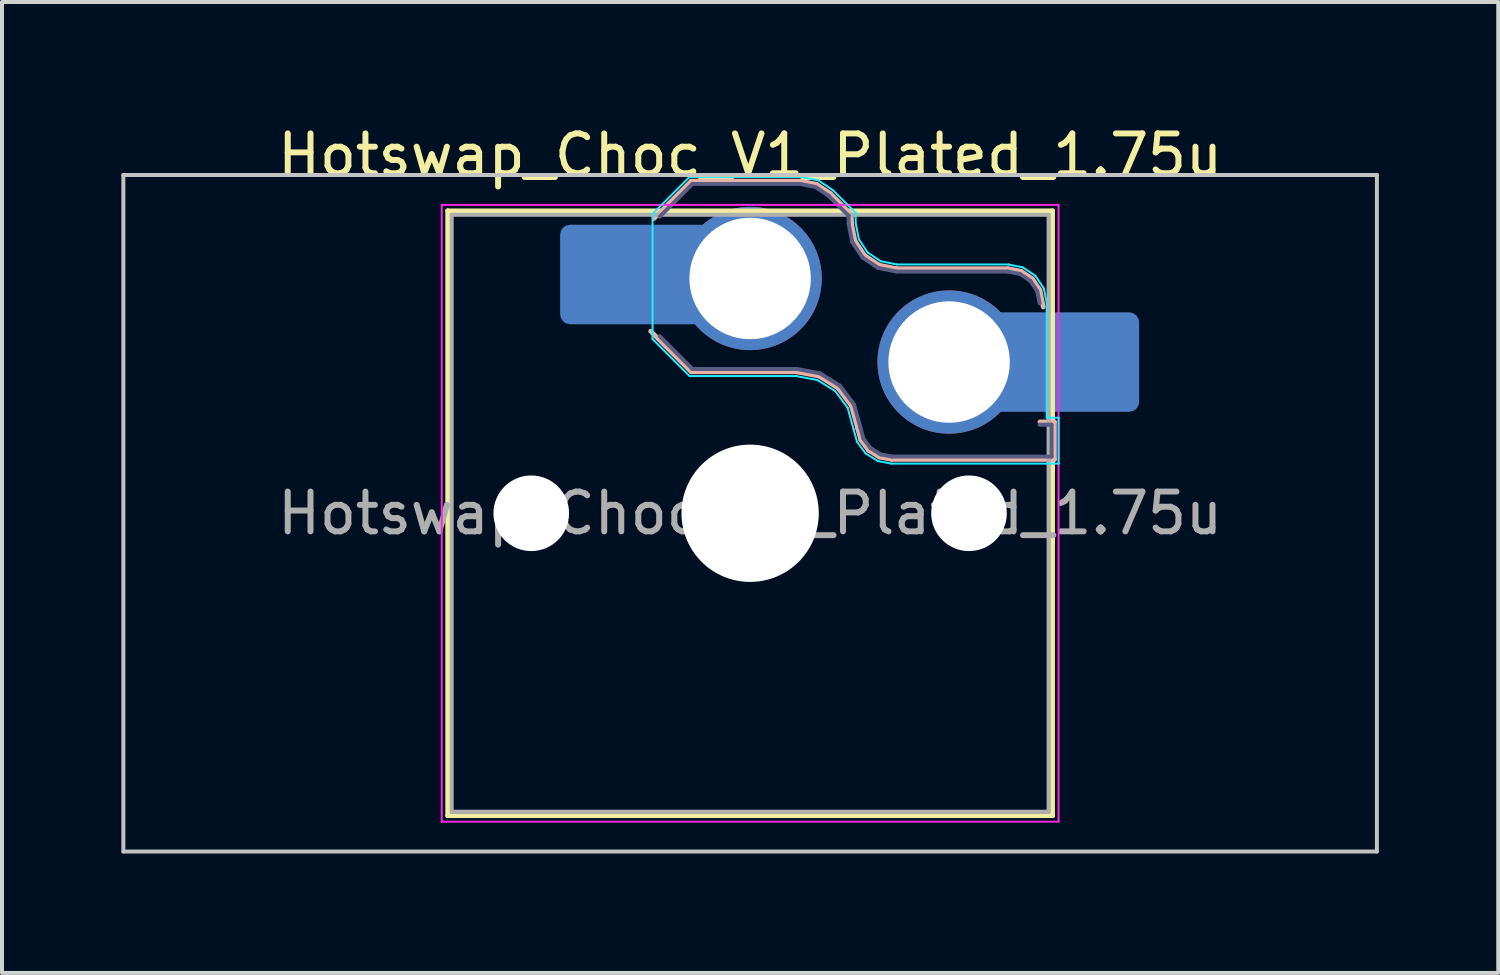
<source format=kicad_pcb>
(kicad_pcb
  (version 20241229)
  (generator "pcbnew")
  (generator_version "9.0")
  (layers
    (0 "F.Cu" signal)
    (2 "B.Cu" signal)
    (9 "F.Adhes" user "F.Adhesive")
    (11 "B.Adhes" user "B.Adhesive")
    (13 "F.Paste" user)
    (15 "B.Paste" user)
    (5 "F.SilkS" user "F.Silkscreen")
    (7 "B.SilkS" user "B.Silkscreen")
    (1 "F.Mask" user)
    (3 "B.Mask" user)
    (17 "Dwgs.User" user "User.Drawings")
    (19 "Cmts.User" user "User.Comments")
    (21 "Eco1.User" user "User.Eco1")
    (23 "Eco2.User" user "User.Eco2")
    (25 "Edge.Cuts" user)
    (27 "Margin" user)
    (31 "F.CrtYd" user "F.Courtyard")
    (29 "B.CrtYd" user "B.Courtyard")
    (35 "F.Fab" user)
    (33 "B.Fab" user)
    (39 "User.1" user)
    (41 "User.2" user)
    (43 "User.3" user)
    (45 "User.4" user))
  (footprint "Hotswap_Choc_V1_Plated_1.75u"
    (layer "F.Cu")
    (at 15.8 9.848)
    (property "Reference" "Hotswap_Choc_V1_Plated_1.75u" (at 0 -9 0) (layer "F.SilkS") (effects (font (size 1 1) (thickness 0.15))))
    (attr smd)
    (fp_line (start -7.6 -7.6) (end -7.6 7.6) (stroke (width 0.12) (type solid)) (layer "F.SilkS"))
    (fp_line (start -7.6 7.6) (end 7.6 7.6) (stroke (width 0.12) (type solid)) (layer "F.SilkS"))
    (fp_line (start 7.6 -7.6) (end -7.6 -7.6) (stroke (width 0.12) (type solid)) (layer "F.SilkS"))
    (fp_line (start 7.6 7.6) (end 7.6 -7.6) (stroke (width 0.12) (type solid)) (layer "F.SilkS"))
    (fp_line (start -2.416 -7.409) (end -1.479 -8.346) (stroke (width 0.12) (type solid)) (layer "B.SilkS"))
    (fp_line (start -1.479 -8.346) (end 1.268 -8.346) (stroke (width 0.12) (type solid)) (layer "B.SilkS"))
    (fp_line (start -1.479 -3.554) (end -2.5 -4.575) (stroke (width 0.12) (type solid)) (layer "B.SilkS"))
    (fp_line (start 1.168 -3.554) (end -1.479 -3.554) (stroke (width 0.12) (type solid)) (layer "B.SilkS"))
    (fp_line (start 1.268 -8.346) (end 1.671 -8.266) (stroke (width 0.12) (type solid)) (layer "B.SilkS"))
    (fp_line (start 1.671 -8.266) (end 2.013 -8.037) (stroke (width 0.12) (type solid)) (layer "B.SilkS"))
    (fp_line (start 1.73 -3.449) (end 1.168 -3.554) (stroke (width 0.12) (type solid)) (layer "B.SilkS"))
    (fp_line (start 2.013 -8.037) (end 2.546 -7.504) (stroke (width 0.12) (type solid)) (layer "B.SilkS"))
    (fp_line (start 2.209 -3.15) (end 1.73 -3.449) (stroke (width 0.12) (type solid)) (layer "B.SilkS"))
    (fp_line (start 2.546 -7.504) (end 2.546 -7.282) (stroke (width 0.12) (type solid)) (layer "B.SilkS"))
    (fp_line (start 2.546 -7.282) (end 2.633 -6.844) (stroke (width 0.12) (type solid)) (layer "B.SilkS"))
    (fp_line (start 2.547 -2.697) (end 2.209 -3.15) (stroke (width 0.12) (type solid)) (layer "B.SilkS"))
    (fp_line (start 2.633 -6.844) (end 2.877 -6.477) (stroke (width 0.12) (type solid)) (layer "B.SilkS"))
    (fp_line (start 2.701 -2.139) (end 2.547 -2.697) (stroke (width 0.12) (type solid)) (layer "B.SilkS"))
    (fp_line (start 2.783 -1.841) (end 2.701 -2.139) (stroke (width 0.12) (type solid)) (layer "B.SilkS"))
    (fp_line (start 2.877 -6.477) (end 3.244 -6.233) (stroke (width 0.12) (type solid)) (layer "B.SilkS"))
    (fp_line (start 2.976 -1.583) (end 2.783 -1.841) (stroke (width 0.12) (type solid)) (layer "B.SilkS"))
    (fp_line (start 3.244 -6.233) (end 3.682 -6.146) (stroke (width 0.12) (type solid)) (layer "B.SilkS"))
    (fp_line (start 3.25 -1.413) (end 2.976 -1.583) (stroke (width 0.12) (type solid)) (layer "B.SilkS"))
    (fp_line (start 3.56 -1.354) (end 3.25 -1.413) (stroke (width 0.12) (type solid)) (layer "B.SilkS"))
    (fp_line (start 3.682 -6.146) (end 6.482 -6.146) (stroke (width 0.12) (type solid)) (layer "B.SilkS"))
    (fp_line (start 6.482 -6.146) (end 6.809 -6.081) (stroke (width 0.12) (type solid)) (layer "B.SilkS"))
    (fp_line (start 6.809 -6.081) (end 7.092 -5.892) (stroke (width 0.12) (type solid)) (layer "B.SilkS"))
    (fp_line (start 7.092 -5.892) (end 7.281 -5.609) (stroke (width 0.12) (type solid)) (layer "B.SilkS"))
    (fp_line (start 7.281 -5.609) (end 7.366 -5.182) (stroke (width 0.12) (type solid)) (layer "B.SilkS"))
    (fp_line (start 7.283 -2.296) (end 7.646 -2.296) (stroke (width 0.12) (type solid)) (layer "B.SilkS"))
    (fp_line (start 7.646 -2.296) (end 7.646 -1.354) (stroke (width 0.12) (type solid)) (layer "B.SilkS"))
    (fp_line (start 7.646 -1.354) (end 3.56 -1.354) (stroke (width 0.12) (type solid)) (layer "B.SilkS"))
    (fp_line (start -15.75 -8.5) (end -15.75 8.5) (stroke (width 0.1) (type solid)) (layer "Dwgs.User"))
    (fp_line (start -15.75 8.5) (end 15.75 8.5) (stroke (width 0.1) (type solid)) (layer "Dwgs.User"))
    (fp_line (start 15.75 -8.5) (end -15.75 -8.5) (stroke (width 0.1) (type solid)) (layer "Dwgs.User"))
    (fp_line (start 15.75 8.5) (end 15.75 -8.5) (stroke (width 0.1) (type solid)) (layer "Dwgs.User"))
    (fp_line (start -7.25 -7.25) (end -7.25 7.25) (stroke (width 0.1) (type solid)) (layer "Eco1.User"))
    (fp_line (start -7.25 7.25) (end 7.25 7.25) (stroke (width 0.1) (type solid)) (layer "Eco1.User"))
    (fp_line (start 7.25 -7.25) (end -7.25 -7.25) (stroke (width 0.1) (type solid)) (layer "Eco1.User"))
    (fp_line (start 7.25 7.25) (end 7.25 -7.25) (stroke (width 0.1) (type solid)) (layer "Eco1.User"))
    (fp_line (start -2.452 -7.523) (end -1.523 -8.452) (stroke (width 0.05) (type solid)) (layer "B.CrtYd"))
    (fp_line (start -2.452 -4.377) (end -2.452 -7.523) (stroke (width 0.05) (type solid)) (layer "B.CrtYd"))
    (fp_line (start -1.523 -8.452) (end 1.278 -8.452) (stroke (width 0.05) (type solid)) (layer "B.CrtYd"))
    (fp_line (start -1.523 -3.448) (end -2.452 -4.377) (stroke (width 0.05) (type solid)) (layer "B.CrtYd"))
    (fp_line (start 1.159 -3.448) (end -1.523 -3.448) (stroke (width 0.05) (type solid)) (layer "B.CrtYd"))
    (fp_line (start 1.278 -8.452) (end 1.712 -8.366) (stroke (width 0.05) (type solid)) (layer "B.CrtYd"))
    (fp_line (start 1.691 -3.348) (end 1.159 -3.448) (stroke (width 0.05) (type solid)) (layer "B.CrtYd"))
    (fp_line (start 1.712 -8.366) (end 2.081 -8.119) (stroke (width 0.05) (type solid)) (layer "B.CrtYd"))
    (fp_line (start 2.081 -8.119) (end 2.652 -7.548) (stroke (width 0.05) (type solid)) (layer "B.CrtYd"))
    (fp_line (start 2.136 -3.071) (end 1.691 -3.348) (stroke (width 0.05) (type solid)) (layer "B.CrtYd"))
    (fp_line (start 2.45 -2.65) (end 2.136 -3.071) (stroke (width 0.05) (type solid)) (layer "B.CrtYd"))
    (fp_line (start 2.599 -2.111) (end 2.45 -2.65) (stroke (width 0.05) (type solid)) (layer "B.CrtYd"))
    (fp_line (start 2.652 -7.548) (end 2.652 -7.292) (stroke (width 0.05) (type solid)) (layer "B.CrtYd"))
    (fp_line (start 2.652 -7.292) (end 2.733 -6.885) (stroke (width 0.05) (type solid)) (layer "B.CrtYd"))
    (fp_line (start 2.687 -1.794) (end 2.599 -2.111) (stroke (width 0.05) (type solid)) (layer "B.CrtYd"))
    (fp_line (start 2.733 -6.885) (end 2.953 -6.553) (stroke (width 0.05) (type solid)) (layer "B.CrtYd"))
    (fp_line (start 2.903 -1.503) (end 2.687 -1.794) (stroke (width 0.05) (type solid)) (layer "B.CrtYd"))
    (fp_line (start 2.953 -6.553) (end 3.285 -6.333) (stroke (width 0.05) (type solid)) (layer "B.CrtYd"))
    (fp_line (start 3.211 -1.312) (end 2.903 -1.503) (stroke (width 0.05) (type solid)) (layer "B.CrtYd"))
    (fp_line (start 3.285 -6.333) (end 3.692 -6.252) (stroke (width 0.05) (type solid)) (layer "B.CrtYd"))
    (fp_line (start 3.55 -1.248) (end 3.211 -1.312) (stroke (width 0.05) (type solid)) (layer "B.CrtYd"))
    (fp_line (start 3.692 -6.252) (end 6.492 -6.252) (stroke (width 0.05) (type solid)) (layer "B.CrtYd"))
    (fp_line (start 6.492 -6.252) (end 6.85 -6.181) (stroke (width 0.05) (type solid)) (layer "B.CrtYd"))
    (fp_line (start 6.85 -6.181) (end 7.168 -5.968) (stroke (width 0.05) (type solid)) (layer "B.CrtYd"))
    (fp_line (start 7.168 -5.968) (end 7.381 -5.65) (stroke (width 0.05) (type solid)) (layer "B.CrtYd"))
    (fp_line (start 7.381 -5.65) (end 7.452 -5.292) (stroke (width 0.05) (type solid)) (layer "B.CrtYd"))
    (fp_line (start 7.452 -5.292) (end 7.452 -2.402) (stroke (width 0.05) (type solid)) (layer "B.CrtYd"))
    (fp_line (start 7.452 -2.402) (end 7.752 -2.402) (stroke (width 0.05) (type solid)) (layer "B.CrtYd"))
    (fp_line (start 7.752 -2.402) (end 7.752 -1.248) (stroke (width 0.05) (type solid)) (layer "B.CrtYd"))
    (fp_line (start 7.752 -1.248) (end 3.55 -1.248) (stroke (width 0.05) (type solid)) (layer "B.CrtYd"))
    (fp_line (start -7.75 -7.75) (end -7.75 7.75) (stroke (width 0.05) (type solid)) (layer "F.CrtYd"))
    (fp_line (start -7.75 7.75) (end 7.75 7.75) (stroke (width 0.05) (type solid)) (layer "F.CrtYd"))
    (fp_line (start 7.75 -7.75) (end -7.75 -7.75) (stroke (width 0.05) (type solid)) (layer "F.CrtYd"))
    (fp_line (start 7.75 7.75) (end 7.75 -7.75) (stroke (width 0.05) (type solid)) (layer "F.CrtYd"))
    (fp_line (start -2.275 -7.45) (end -1.45 -8.275) (stroke (width 0.1) (type solid)) (layer "B.Fab"))
    (fp_line (start -1.45 -8.275) (end 1.261 -8.275) (stroke (width 0.1) (type solid)) (layer "B.Fab"))
    (fp_line (start -1.45 -3.625) (end -2.275 -4.45) (stroke (width 0.1) (type solid)) (layer "B.Fab"))
    (fp_line (start 1.175 -3.625) (end -1.45 -3.625) (stroke (width 0.1) (type solid)) (layer "B.Fab"))
    (fp_line (start 1.261 -8.275) (end 1.643 -8.199) (stroke (width 0.1) (type solid)) (layer "B.Fab"))
    (fp_line (start 1.643 -8.199) (end 1.968 -7.982) (stroke (width 0.1) (type solid)) (layer "B.Fab"))
    (fp_line (start 1.756 -3.516) (end 1.175 -3.625) (stroke (width 0.1) (type solid)) (layer "B.Fab"))
    (fp_line (start 1.968 -7.982) (end 2.475 -7.475) (stroke (width 0.1) (type solid)) (layer "B.Fab"))
    (fp_line (start 2.258 -3.203) (end 1.756 -3.516) (stroke (width 0.1) (type solid)) (layer "B.Fab"))
    (fp_line (start 2.475 -7.475) (end 2.475 -7.275) (stroke (width 0.1) (type solid)) (layer "B.Fab"))
    (fp_line (start 2.475 -7.275) (end 2.566 -6.816) (stroke (width 0.1) (type solid)) (layer "B.Fab"))
    (fp_line (start 2.566 -6.816) (end 2.826 -6.426) (stroke (width 0.1) (type solid)) (layer "B.Fab"))
    (fp_line (start 2.612 -2.729) (end 2.258 -3.203) (stroke (width 0.1) (type solid)) (layer "B.Fab"))
    (fp_line (start 2.769 -2.158) (end 2.612 -2.729) (stroke (width 0.1) (type solid)) (layer "B.Fab"))
    (fp_line (start 2.826 -6.426) (end 3.216 -6.166) (stroke (width 0.1) (type solid)) (layer "B.Fab"))
    (fp_line (start 2.848 -1.873) (end 2.769 -2.158) (stroke (width 0.1) (type solid)) (layer "B.Fab"))
    (fp_line (start 3.025 -1.636) (end 2.848 -1.873) (stroke (width 0.1) (type solid)) (layer "B.Fab"))
    (fp_line (start 3.216 -6.166) (end 3.675 -6.075) (stroke (width 0.1) (type solid)) (layer "B.Fab"))
    (fp_line (start 3.276 -1.48) (end 3.025 -1.636) (stroke (width 0.1) (type solid)) (layer "B.Fab"))
    (fp_line (start 3.567 -1.425) (end 3.276 -1.48) (stroke (width 0.1) (type solid)) (layer "B.Fab"))
    (fp_line (start 3.675 -6.075) (end 6.475 -6.075) (stroke (width 0.1) (type solid)) (layer "B.Fab"))
    (fp_line (start 6.475 -6.075) (end 6.781 -6.014) (stroke (width 0.1) (type solid)) (layer "B.Fab"))
    (fp_line (start 6.781 -6.014) (end 7.041 -5.841) (stroke (width 0.1) (type solid)) (layer "B.Fab"))
    (fp_line (start 7.041 -5.841) (end 7.214 -5.581) (stroke (width 0.1) (type solid)) (layer "B.Fab"))
    (fp_line (start 7.214 -5.581) (end 7.275 -5.275) (stroke (width 0.1) (type solid)) (layer "B.Fab"))
    (fp_line (start 7.275 -2.225) (end 7.575 -2.225) (stroke (width 0.1) (type solid)) (layer "B.Fab"))
    (fp_line (start 7.575 -2.225) (end 7.575 -1.425) (stroke (width 0.1) (type solid)) (layer "B.Fab"))
    (fp_line (start 7.575 -1.425) (end 3.567 -1.425) (stroke (width 0.1) (type solid)) (layer "B.Fab"))
    (fp_line (start -7.5 -7.5) (end -7.5 7.5) (stroke (width 0.1) (type solid)) (layer "F.Fab"))
    (fp_line (start -7.5 7.5) (end 7.5 7.5) (stroke (width 0.1) (type solid)) (layer "F.Fab"))
    (fp_line (start 7.5 -7.5) (end -7.5 -7.5) (stroke (width 0.1) (type solid)) (layer "F.Fab"))
    (fp_line (start 7.5 7.5) (end 7.5 -7.5) (stroke (width 0.1) (type solid)) (layer "F.Fab"))
    (fp_text user "${REFERENCE}" (at 0 0 0) (layer "F.Fab") (effects (font (size 1 1) (thickness 0.15))))
    (pad "" np_thru_hole circle (at -5.5 0) (size 1.9 1.9) (drill 1.9) (layers "*.Cu" "*.Mask"))
    (pad "" smd roundrect (at -3.5 -6) (size 2.55 2.5) (layers "B.Mask" "B.Paste") (roundrect_rratio 0.1))
    (pad "" np_thru_hole circle (at 0 0) (size 3.45 3.45) (drill 3.45) (layers "*.Cu" "*.Mask"))
    (pad "" np_thru_hole circle (at 5.5 0) (size 1.9 1.9) (drill 1.9) (layers "*.Cu" "*.Mask"))
    (pad "" smd roundrect (at 8.5 -3.8) (size 2.55 2.5) (layers "B.Mask" "B.Paste") (roundrect_rratio 0.1))
    (pad "1" smd roundrect (at -2.85 -6) (size 3.85 2.5) (layers "B.Cu") (roundrect_rratio 0.1))
    (pad "1" thru_hole circle (at 0 -5.9) (size 3.6 3.6) (drill 3.05) (layers "*.Cu" "*.Mask"))
    (pad "2" thru_hole circle (at 5 -3.8) (size 3.6 3.6) (drill 3.05) (layers "*.Cu" "*.Mask"))
    (pad "2" smd roundrect (at 7.85 -3.8) (size 3.85 2.5) (layers "B.Cu") (roundrect_rratio 0.1)))
  (gr_rect
    (start -3 -3)
    (end 34.6 21.398)
    (stroke (width 0.1) (type default))
    (fill no)
    (layer "Edge.Cuts")))
</source>
